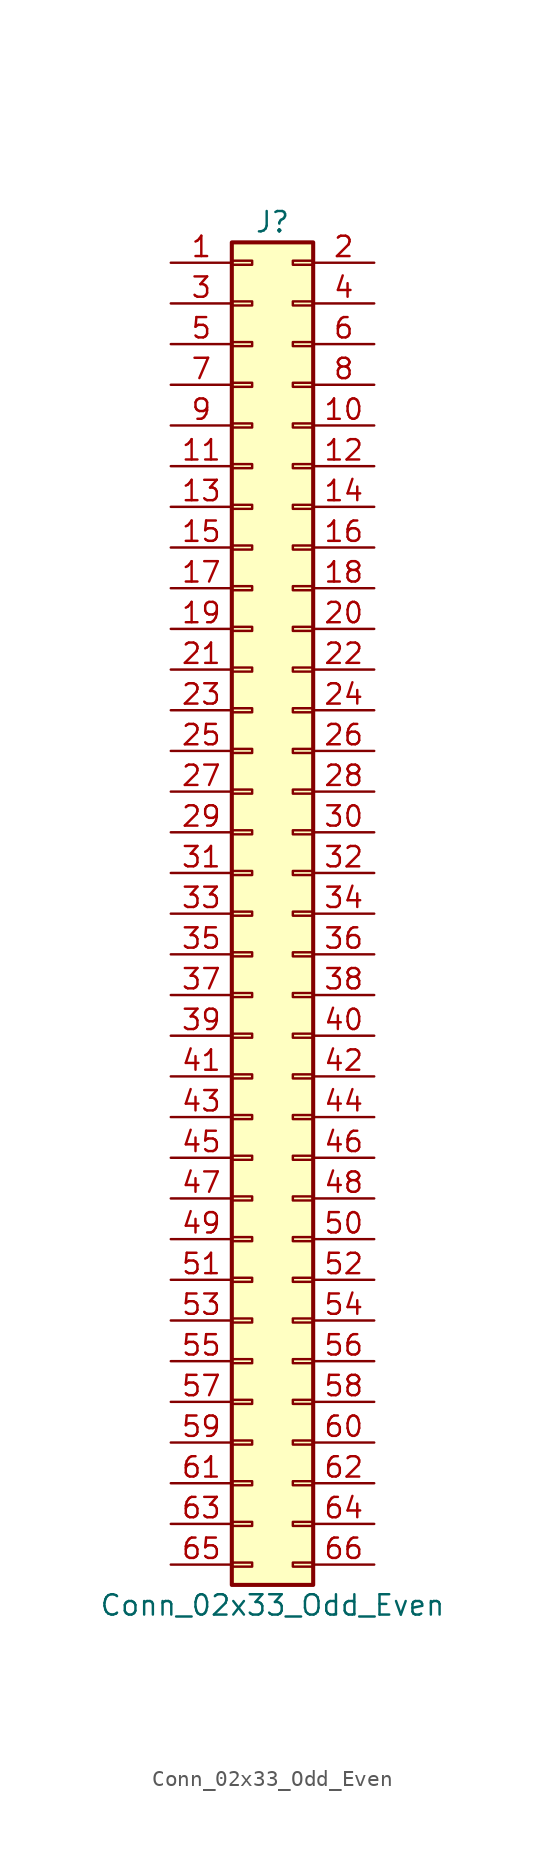
<source format=kicad_sym>
(kicad_symbol_lib
  (version 20201005)
  (generator kicad_symbol_editor)
  (symbol "Conn_02x33_Odd_Even"
    (pin_names
      (offset 1.016) hide)
    (property "Reference" "J"
      (at 1.27 43.18 0)
      (effects (font (size 1.27 1.27))))
    (property "Value" "Conn_02x33_Odd_Even"
      (at 1.27 -43.18 0)
      (effects (font (size 1.27 1.27))))
    (symbol "Conn_02x33_Odd_Even_1_1"
      (rectangle (start -1.27 -40.513) (end 0 -40.767) (stroke (width 0.152)) (fill (type none)))
      (rectangle (start -1.27 -37.973) (end 0 -38.227) (stroke (width 0.152)) (fill (type none)))
      (rectangle (start -1.27 -35.433) (end 0 -35.687) (stroke (width 0.152)) (fill (type none)))
      (rectangle (start -1.27 -32.893) (end 0 -33.147) (stroke (width 0.152)) (fill (type none)))
      (rectangle (start -1.27 -30.353) (end 0 -30.607) (stroke (width 0.152)) (fill (type none)))
      (rectangle (start -1.27 -27.813) (end 0 -28.067) (stroke (width 0.152)) (fill (type none)))
      (rectangle (start -1.27 -25.273) (end 0 -25.527) (stroke (width 0.152)) (fill (type none)))
      (rectangle (start -1.27 -22.733) (end 0 -22.987) (stroke (width 0.152)) (fill (type none)))
      (rectangle (start -1.27 -20.193) (end 0 -20.447) (stroke (width 0.152)) (fill (type none)))
      (rectangle (start -1.27 -17.653) (end 0 -17.907) (stroke (width 0.152)) (fill (type none)))
      (rectangle (start -1.27 -15.113) (end 0 -15.367) (stroke (width 0.152)) (fill (type none)))
      (rectangle (start -1.27 -12.573) (end 0 -12.827) (stroke (width 0.152)) (fill (type none)))
      (rectangle (start -1.27 -10.033) (end 0 -10.287) (stroke (width 0.152)) (fill (type none)))
      (rectangle (start -1.27 -7.493) (end 0 -7.747) (stroke (width 0.152)) (fill (type none)))
      (rectangle (start -1.27 -4.953) (end 0 -5.207) (stroke (width 0.152)) (fill (type none)))
      (rectangle (start -1.27 -2.413) (end 0 -2.667) (stroke (width 0.152)) (fill (type none)))
      (rectangle (start -1.27 0.127) (end 0 -0.127) (stroke (width 0.152)) (fill (type none)))
      (rectangle (start -1.27 2.667) (end 0 2.413) (stroke (width 0.152)) (fill (type none)))
      (rectangle (start -1.27 5.207) (end 0 4.953) (stroke (width 0.152)) (fill (type none)))
      (rectangle (start -1.27 7.747) (end 0 7.493) (stroke (width 0.152)) (fill (type none)))
      (rectangle (start -1.27 10.287) (end 0 10.033) (stroke (width 0.152)) (fill (type none)))
      (rectangle (start -1.27 12.827) (end 0 12.573) (stroke (width 0.152)) (fill (type none)))
      (rectangle (start -1.27 15.367) (end 0 15.113) (stroke (width 0.152)) (fill (type none)))
      (rectangle (start -1.27 17.907) (end 0 17.653) (stroke (width 0.152)) (fill (type none)))
      (rectangle (start -1.27 20.447) (end 0 20.193) (stroke (width 0.152)) (fill (type none)))
      (rectangle (start -1.27 22.987) (end 0 22.733) (stroke (width 0.152)) (fill (type none)))
      (rectangle (start -1.27 25.527) (end 0 25.273) (stroke (width 0.152)) (fill (type none)))
      (rectangle (start -1.27 28.067) (end 0 27.813) (stroke (width 0.152)) (fill (type none)))
      (rectangle (start -1.27 30.607) (end 0 30.353) (stroke (width 0.152)) (fill (type none)))
      (rectangle (start -1.27 33.147) (end 0 32.893) (stroke (width 0.152)) (fill (type none)))
      (rectangle (start -1.27 35.687) (end 0 35.433) (stroke (width 0.152)) (fill (type none)))
      (rectangle (start -1.27 38.227) (end 0 37.973) (stroke (width 0.152)) (fill (type none)))
      (rectangle (start -1.27 40.767) (end 0 40.513) (stroke (width 0.152)) (fill (type none)))
      (rectangle (start 3.81 -40.513) (end 2.54 -40.767) (stroke (width 0.152)) (fill (type none)))
      (rectangle (start 3.81 -37.973) (end 2.54 -38.227) (stroke (width 0.152)) (fill (type none)))
      (rectangle (start 3.81 -35.433) (end 2.54 -35.687) (stroke (width 0.152)) (fill (type none)))
      (rectangle (start 3.81 -32.893) (end 2.54 -33.147) (stroke (width 0.152)) (fill (type none)))
      (rectangle (start 3.81 -30.353) (end 2.54 -30.607) (stroke (width 0.152)) (fill (type none)))
      (rectangle (start 3.81 -27.813) (end 2.54 -28.067) (stroke (width 0.152)) (fill (type none)))
      (rectangle (start 3.81 -25.273) (end 2.54 -25.527) (stroke (width 0.152)) (fill (type none)))
      (rectangle (start 3.81 -22.733) (end 2.54 -22.987) (stroke (width 0.152)) (fill (type none)))
      (rectangle (start 3.81 -20.193) (end 2.54 -20.447) (stroke (width 0.152)) (fill (type none)))
      (rectangle (start 3.81 -17.653) (end 2.54 -17.907) (stroke (width 0.152)) (fill (type none)))
      (rectangle (start 3.81 -15.113) (end 2.54 -15.367) (stroke (width 0.152)) (fill (type none)))
      (rectangle (start 3.81 -12.573) (end 2.54 -12.827) (stroke (width 0.152)) (fill (type none)))
      (rectangle (start 3.81 -10.033) (end 2.54 -10.287) (stroke (width 0.152)) (fill (type none)))
      (rectangle (start 3.81 -7.493) (end 2.54 -7.747) (stroke (width 0.152)) (fill (type none)))
      (rectangle (start 3.81 -4.953) (end 2.54 -5.207) (stroke (width 0.152)) (fill (type none)))
      (rectangle (start 3.81 -2.413) (end 2.54 -2.667) (stroke (width 0.152)) (fill (type none)))
      (rectangle (start 3.81 0.127) (end 2.54 -0.127) (stroke (width 0.152)) (fill (type none)))
      (rectangle (start 3.81 2.667) (end 2.54 2.413) (stroke (width 0.152)) (fill (type none)))
      (rectangle (start 3.81 5.207) (end 2.54 4.953) (stroke (width 0.152)) (fill (type none)))
      (rectangle (start 3.81 7.747) (end 2.54 7.493) (stroke (width 0.152)) (fill (type none)))
      (rectangle (start 3.81 10.287) (end 2.54 10.033) (stroke (width 0.152)) (fill (type none)))
      (rectangle (start 3.81 12.827) (end 2.54 12.573) (stroke (width 0.152)) (fill (type none)))
      (rectangle (start 3.81 15.367) (end 2.54 15.113) (stroke (width 0.152)) (fill (type none)))
      (rectangle (start 3.81 17.907) (end 2.54 17.653) (stroke (width 0.152)) (fill (type none)))
      (rectangle (start 3.81 20.447) (end 2.54 20.193) (stroke (width 0.152)) (fill (type none)))
      (rectangle (start 3.81 22.987) (end 2.54 22.733) (stroke (width 0.152)) (fill (type none)))
      (rectangle (start 3.81 25.527) (end 2.54 25.273) (stroke (width 0.152)) (fill (type none)))
      (rectangle (start 3.81 28.067) (end 2.54 27.813) (stroke (width 0.152)) (fill (type none)))
      (rectangle (start 3.81 30.607) (end 2.54 30.353) (stroke (width 0.152)) (fill (type none)))
      (rectangle (start 3.81 33.147) (end 2.54 32.893) (stroke (width 0.152)) (fill (type none)))
      (rectangle (start 3.81 35.687) (end 2.54 35.433) (stroke (width 0.152)) (fill (type none)))
      (rectangle (start 3.81 38.227) (end 2.54 37.973) (stroke (width 0.152)) (fill (type none)))
      (rectangle (start 3.81 40.767) (end 2.54 40.513) (stroke (width 0.152)) (fill (type none)))
      (rectangle (start -1.27 41.91) (end 3.81 -41.91) (stroke (width 0.254)) (fill (type background)))
      (pin passive line (at -5.08 40.64 0) (length 3.81) (name "Pin_1" (effects (font (size 1.27 1.27)))) (number "1" (effects (font (size 1.27 1.27)))))
      (pin passive line (at 7.62 30.48 180) (length 3.81) (name "Pin_10" (effects (font (size 1.27 1.27)))) (number "10" (effects (font (size 1.27 1.27)))))
      (pin passive line (at -5.08 27.94 0) (length 3.81) (name "Pin_11" (effects (font (size 1.27 1.27)))) (number "11" (effects (font (size 1.27 1.27)))))
      (pin passive line (at 7.62 27.94 180) (length 3.81) (name "Pin_12" (effects (font (size 1.27 1.27)))) (number "12" (effects (font (size 1.27 1.27)))))
      (pin passive line (at -5.08 25.4 0) (length 3.81) (name "Pin_13" (effects (font (size 1.27 1.27)))) (number "13" (effects (font (size 1.27 1.27)))))
      (pin passive line (at 7.62 25.4 180) (length 3.81) (name "Pin_14" (effects (font (size 1.27 1.27)))) (number "14" (effects (font (size 1.27 1.27)))))
      (pin passive line (at -5.08 22.86 0) (length 3.81) (name "Pin_15" (effects (font (size 1.27 1.27)))) (number "15" (effects (font (size 1.27 1.27)))))
      (pin passive line (at 7.62 22.86 180) (length 3.81) (name "Pin_16" (effects (font (size 1.27 1.27)))) (number "16" (effects (font (size 1.27 1.27)))))
      (pin passive line (at -5.08 20.32 0) (length 3.81) (name "Pin_17" (effects (font (size 1.27 1.27)))) (number "17" (effects (font (size 1.27 1.27)))))
      (pin passive line (at 7.62 20.32 180) (length 3.81) (name "Pin_18" (effects (font (size 1.27 1.27)))) (number "18" (effects (font (size 1.27 1.27)))))
      (pin passive line (at -5.08 17.78 0) (length 3.81) (name "Pin_19" (effects (font (size 1.27 1.27)))) (number "19" (effects (font (size 1.27 1.27)))))
      (pin passive line (at 7.62 40.64 180) (length 3.81) (name "Pin_2" (effects (font (size 1.27 1.27)))) (number "2" (effects (font (size 1.27 1.27)))))
      (pin passive line (at 7.62 17.78 180) (length 3.81) (name "Pin_20" (effects (font (size 1.27 1.27)))) (number "20" (effects (font (size 1.27 1.27)))))
      (pin passive line (at -5.08 15.24 0) (length 3.81) (name "Pin_21" (effects (font (size 1.27 1.27)))) (number "21" (effects (font (size 1.27 1.27)))))
      (pin passive line (at 7.62 15.24 180) (length 3.81) (name "Pin_22" (effects (font (size 1.27 1.27)))) (number "22" (effects (font (size 1.27 1.27)))))
      (pin passive line (at -5.08 12.7 0) (length 3.81) (name "Pin_23" (effects (font (size 1.27 1.27)))) (number "23" (effects (font (size 1.27 1.27)))))
      (pin passive line (at 7.62 12.7 180) (length 3.81) (name "Pin_24" (effects (font (size 1.27 1.27)))) (number "24" (effects (font (size 1.27 1.27)))))
      (pin passive line (at -5.08 10.16 0) (length 3.81) (name "Pin_25" (effects (font (size 1.27 1.27)))) (number "25" (effects (font (size 1.27 1.27)))))
      (pin passive line (at 7.62 10.16 180) (length 3.81) (name "Pin_26" (effects (font (size 1.27 1.27)))) (number "26" (effects (font (size 1.27 1.27)))))
      (pin passive line (at -5.08 7.62 0) (length 3.81) (name "Pin_27" (effects (font (size 1.27 1.27)))) (number "27" (effects (font (size 1.27 1.27)))))
      (pin passive line (at 7.62 7.62 180) (length 3.81) (name "Pin_28" (effects (font (size 1.27 1.27)))) (number "28" (effects (font (size 1.27 1.27)))))
      (pin passive line (at -5.08 5.08 0) (length 3.81) (name "Pin_29" (effects (font (size 1.27 1.27)))) (number "29" (effects (font (size 1.27 1.27)))))
      (pin passive line (at -5.08 38.1 0) (length 3.81) (name "Pin_3" (effects (font (size 1.27 1.27)))) (number "3" (effects (font (size 1.27 1.27)))))
      (pin passive line (at 7.62 5.08 180) (length 3.81) (name "Pin_30" (effects (font (size 1.27 1.27)))) (number "30" (effects (font (size 1.27 1.27)))))
      (pin passive line (at -5.08 2.54 0) (length 3.81) (name "Pin_31" (effects (font (size 1.27 1.27)))) (number "31" (effects (font (size 1.27 1.27)))))
      (pin passive line (at 7.62 2.54 180) (length 3.81) (name "Pin_32" (effects (font (size 1.27 1.27)))) (number "32" (effects (font (size 1.27 1.27)))))
      (pin passive line (at -5.08 0 0) (length 3.81) (name "Pin_33" (effects (font (size 1.27 1.27)))) (number "33" (effects (font (size 1.27 1.27)))))
      (pin passive line (at 7.62 0 180) (length 3.81) (name "Pin_34" (effects (font (size 1.27 1.27)))) (number "34" (effects (font (size 1.27 1.27)))))
      (pin passive line (at -5.08 -2.54 0) (length 3.81) (name "Pin_35" (effects (font (size 1.27 1.27)))) (number "35" (effects (font (size 1.27 1.27)))))
      (pin passive line (at 7.62 -2.54 180) (length 3.81) (name "Pin_36" (effects (font (size 1.27 1.27)))) (number "36" (effects (font (size 1.27 1.27)))))
      (pin passive line (at -5.08 -5.08 0) (length 3.81) (name "Pin_37" (effects (font (size 1.27 1.27)))) (number "37" (effects (font (size 1.27 1.27)))))
      (pin passive line (at 7.62 -5.08 180) (length 3.81) (name "Pin_38" (effects (font (size 1.27 1.27)))) (number "38" (effects (font (size 1.27 1.27)))))
      (pin passive line (at -5.08 -7.62 0) (length 3.81) (name "Pin_39" (effects (font (size 1.27 1.27)))) (number "39" (effects (font (size 1.27 1.27)))))
      (pin passive line (at 7.62 38.1 180) (length 3.81) (name "Pin_4" (effects (font (size 1.27 1.27)))) (number "4" (effects (font (size 1.27 1.27)))))
      (pin passive line (at 7.62 -7.62 180) (length 3.81) (name "Pin_40" (effects (font (size 1.27 1.27)))) (number "40" (effects (font (size 1.27 1.27)))))
      (pin passive line (at -5.08 -10.16 0) (length 3.81) (name "Pin_41" (effects (font (size 1.27 1.27)))) (number "41" (effects (font (size 1.27 1.27)))))
      (pin passive line (at 7.62 -10.16 180) (length 3.81) (name "Pin_42" (effects (font (size 1.27 1.27)))) (number "42" (effects (font (size 1.27 1.27)))))
      (pin passive line (at -5.08 -12.7 0) (length 3.81) (name "Pin_43" (effects (font (size 1.27 1.27)))) (number "43" (effects (font (size 1.27 1.27)))))
      (pin passive line (at 7.62 -12.7 180) (length 3.81) (name "Pin_44" (effects (font (size 1.27 1.27)))) (number "44" (effects (font (size 1.27 1.27)))))
      (pin passive line (at -5.08 -15.24 0) (length 3.81) (name "Pin_45" (effects (font (size 1.27 1.27)))) (number "45" (effects (font (size 1.27 1.27)))))
      (pin passive line (at 7.62 -15.24 180) (length 3.81) (name "Pin_46" (effects (font (size 1.27 1.27)))) (number "46" (effects (font (size 1.27 1.27)))))
      (pin passive line (at -5.08 -17.78 0) (length 3.81) (name "Pin_47" (effects (font (size 1.27 1.27)))) (number "47" (effects (font (size 1.27 1.27)))))
      (pin passive line (at 7.62 -17.78 180) (length 3.81) (name "Pin_48" (effects (font (size 1.27 1.27)))) (number "48" (effects (font (size 1.27 1.27)))))
      (pin passive line (at -5.08 -20.32 0) (length 3.81) (name "Pin_49" (effects (font (size 1.27 1.27)))) (number "49" (effects (font (size 1.27 1.27)))))
      (pin passive line (at -5.08 35.56 0) (length 3.81) (name "Pin_5" (effects (font (size 1.27 1.27)))) (number "5" (effects (font (size 1.27 1.27)))))
      (pin passive line (at 7.62 -20.32 180) (length 3.81) (name "Pin_50" (effects (font (size 1.27 1.27)))) (number "50" (effects (font (size 1.27 1.27)))))
      (pin passive line (at -5.08 -22.86 0) (length 3.81) (name "Pin_51" (effects (font (size 1.27 1.27)))) (number "51" (effects (font (size 1.27 1.27)))))
      (pin passive line (at 7.62 -22.86 180) (length 3.81) (name "Pin_52" (effects (font (size 1.27 1.27)))) (number "52" (effects (font (size 1.27 1.27)))))
      (pin passive line (at -5.08 -25.4 0) (length 3.81) (name "Pin_53" (effects (font (size 1.27 1.27)))) (number "53" (effects (font (size 1.27 1.27)))))
      (pin passive line (at 7.62 -25.4 180) (length 3.81) (name "Pin_54" (effects (font (size 1.27 1.27)))) (number "54" (effects (font (size 1.27 1.27)))))
      (pin passive line (at -5.08 -27.94 0) (length 3.81) (name "Pin_55" (effects (font (size 1.27 1.27)))) (number "55" (effects (font (size 1.27 1.27)))))
      (pin passive line (at 7.62 -27.94 180) (length 3.81) (name "Pin_56" (effects (font (size 1.27 1.27)))) (number "56" (effects (font (size 1.27 1.27)))))
      (pin passive line (at -5.08 -30.48 0) (length 3.81) (name "Pin_57" (effects (font (size 1.27 1.27)))) (number "57" (effects (font (size 1.27 1.27)))))
      (pin passive line (at 7.62 -30.48 180) (length 3.81) (name "Pin_58" (effects (font (size 1.27 1.27)))) (number "58" (effects (font (size 1.27 1.27)))))
      (pin passive line (at -5.08 -33.02 0) (length 3.81) (name "Pin_59" (effects (font (size 1.27 1.27)))) (number "59" (effects (font (size 1.27 1.27)))))
      (pin passive line (at 7.62 35.56 180) (length 3.81) (name "Pin_6" (effects (font (size 1.27 1.27)))) (number "6" (effects (font (size 1.27 1.27)))))
      (pin passive line (at 7.62 -33.02 180) (length 3.81) (name "Pin_60" (effects (font (size 1.27 1.27)))) (number "60" (effects (font (size 1.27 1.27)))))
      (pin passive line (at -5.08 -35.56 0) (length 3.81) (name "Pin_61" (effects (font (size 1.27 1.27)))) (number "61" (effects (font (size 1.27 1.27)))))
      (pin passive line (at 7.62 -35.56 180) (length 3.81) (name "Pin_62" (effects (font (size 1.27 1.27)))) (number "62" (effects (font (size 1.27 1.27)))))
      (pin passive line (at -5.08 -38.1 0) (length 3.81) (name "Pin_63" (effects (font (size 1.27 1.27)))) (number "63" (effects (font (size 1.27 1.27)))))
      (pin passive line (at 7.62 -38.1 180) (length 3.81) (name "Pin_64" (effects (font (size 1.27 1.27)))) (number "64" (effects (font (size 1.27 1.27)))))
      (pin passive line (at -5.08 -40.64 0) (length 3.81) (name "Pin_65" (effects (font (size 1.27 1.27)))) (number "65" (effects (font (size 1.27 1.27)))))
      (pin passive line (at 7.62 -40.64 180) (length 3.81) (name "Pin_66" (effects (font (size 1.27 1.27)))) (number "66" (effects (font (size 1.27 1.27)))))
      (pin passive line (at -5.08 33.02 0) (length 3.81) (name "Pin_7" (effects (font (size 1.27 1.27)))) (number "7" (effects (font (size 1.27 1.27)))))
      (pin passive line (at 7.62 33.02 180) (length 3.81) (name "Pin_8" (effects (font (size 1.27 1.27)))) (number "8" (effects (font (size 1.27 1.27)))))
      (pin passive line (at -5.08 30.48 0) (length 3.81) (name "Pin_9" (effects (font (size 1.27 1.27)))) (number "9" (effects (font (size 1.27 1.27))))))))
</source>
